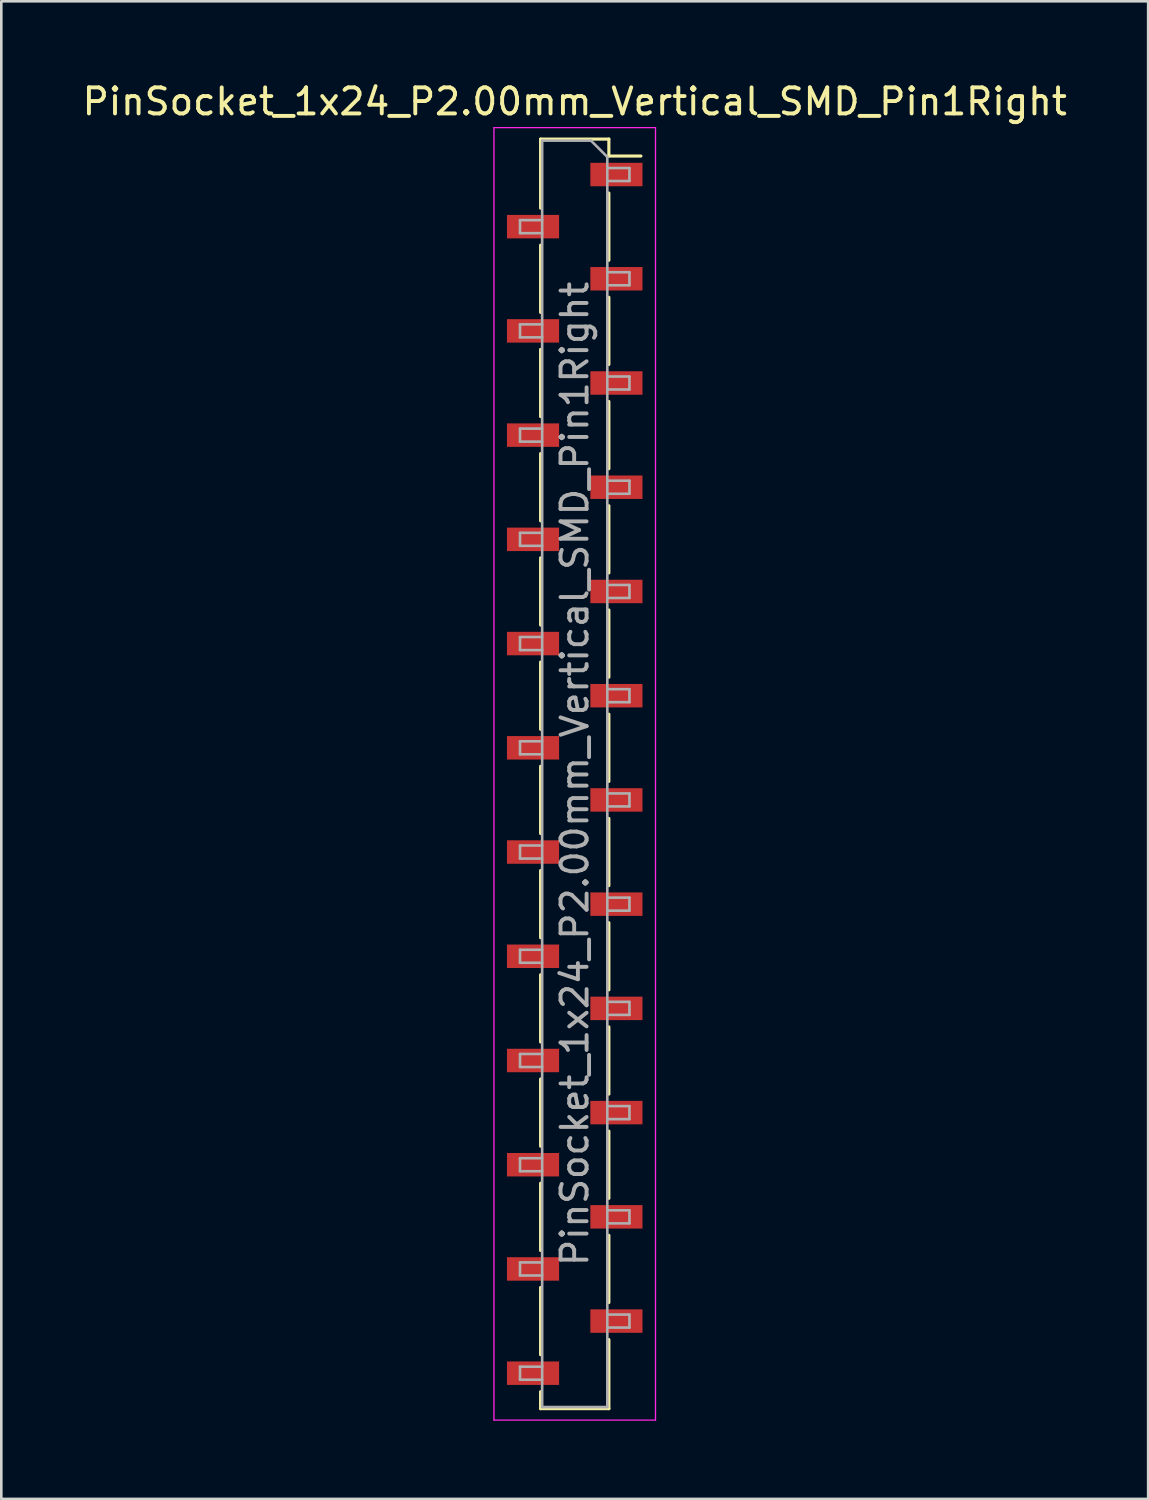
<source format=kicad_pcb>
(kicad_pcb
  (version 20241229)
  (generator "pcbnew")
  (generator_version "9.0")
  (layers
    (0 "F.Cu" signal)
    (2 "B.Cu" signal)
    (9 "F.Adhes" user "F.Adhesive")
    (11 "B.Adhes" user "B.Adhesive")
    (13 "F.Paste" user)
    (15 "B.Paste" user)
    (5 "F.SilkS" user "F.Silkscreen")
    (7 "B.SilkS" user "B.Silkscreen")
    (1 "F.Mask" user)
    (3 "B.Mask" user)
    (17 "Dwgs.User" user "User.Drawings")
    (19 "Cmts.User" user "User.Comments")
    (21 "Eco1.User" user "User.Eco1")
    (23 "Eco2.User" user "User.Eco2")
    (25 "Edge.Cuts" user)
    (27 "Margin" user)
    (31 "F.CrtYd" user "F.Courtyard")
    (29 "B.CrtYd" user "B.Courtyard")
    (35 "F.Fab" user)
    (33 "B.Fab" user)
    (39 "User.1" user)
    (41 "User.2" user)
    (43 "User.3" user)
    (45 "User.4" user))
  (footprint "PinSocket_1x24_P2.00mm_Vertical_SMD_Pin1Right"
    (layer "F.Cu")
    (at 19.006 26.648)
    (property "Reference" "PinSocket_1x24_P2.00mm_Vertical_SMD_Pin1Right" (at 0 -25.8 0) (layer "F.SilkS") (effects (font (size 1 1) (thickness 0.15))))
    (attr smd)
    (fp_line (start -1.31 -24.36) (end -1.31 -21.71) (stroke (width 0.12) (type solid)) (layer "F.SilkS"))
    (fp_line (start -1.31 -24.36) (end 1.31 -24.36) (stroke (width 0.12) (type solid)) (layer "F.SilkS"))
    (fp_line (start -1.31 -20.29) (end -1.31 -17.71) (stroke (width 0.12) (type solid)) (layer "F.SilkS"))
    (fp_line (start -1.31 -16.29) (end -1.31 -13.71) (stroke (width 0.12) (type solid)) (layer "F.SilkS"))
    (fp_line (start -1.31 -12.29) (end -1.31 -9.71) (stroke (width 0.12) (type solid)) (layer "F.SilkS"))
    (fp_line (start -1.31 -8.29) (end -1.31 -5.71) (stroke (width 0.12) (type solid)) (layer "F.SilkS"))
    (fp_line (start -1.31 -4.29) (end -1.31 -1.71) (stroke (width 0.12) (type solid)) (layer "F.SilkS"))
    (fp_line (start -1.31 -0.29) (end -1.31 2.29) (stroke (width 0.12) (type solid)) (layer "F.SilkS"))
    (fp_line (start -1.31 3.71) (end -1.31 6.29) (stroke (width 0.12) (type solid)) (layer "F.SilkS"))
    (fp_line (start -1.31 7.71) (end -1.31 10.29) (stroke (width 0.12) (type solid)) (layer "F.SilkS"))
    (fp_line (start -1.31 11.71) (end -1.31 14.29) (stroke (width 0.12) (type solid)) (layer "F.SilkS"))
    (fp_line (start -1.31 15.71) (end -1.31 18.29) (stroke (width 0.12) (type solid)) (layer "F.SilkS"))
    (fp_line (start -1.31 19.71) (end -1.31 22.29) (stroke (width 0.12) (type solid)) (layer "F.SilkS"))
    (fp_line (start -1.31 23.71) (end -1.31 24.36) (stroke (width 0.12) (type solid)) (layer "F.SilkS"))
    (fp_line (start -1.31 24.36) (end 1.31 24.36) (stroke (width 0.12) (type solid)) (layer "F.SilkS"))
    (fp_line (start 1.31 -24.36) (end 1.31 -23.71) (stroke (width 0.12) (type solid)) (layer "F.SilkS"))
    (fp_line (start 1.31 -23.71) (end 2.54 -23.71) (stroke (width 0.12) (type solid)) (layer "F.SilkS"))
    (fp_line (start 1.31 -22.29) (end 1.31 -19.71) (stroke (width 0.12) (type solid)) (layer "F.SilkS"))
    (fp_line (start 1.31 -18.29) (end 1.31 -15.71) (stroke (width 0.12) (type solid)) (layer "F.SilkS"))
    (fp_line (start 1.31 -14.29) (end 1.31 -11.71) (stroke (width 0.12) (type solid)) (layer "F.SilkS"))
    (fp_line (start 1.31 -10.29) (end 1.31 -7.71) (stroke (width 0.12) (type solid)) (layer "F.SilkS"))
    (fp_line (start 1.31 -6.29) (end 1.31 -3.71) (stroke (width 0.12) (type solid)) (layer "F.SilkS"))
    (fp_line (start 1.31 -2.29) (end 1.31 0.29) (stroke (width 0.12) (type solid)) (layer "F.SilkS"))
    (fp_line (start 1.31 1.71) (end 1.31 4.29) (stroke (width 0.12) (type solid)) (layer "F.SilkS"))
    (fp_line (start 1.31 5.71) (end 1.31 8.29) (stroke (width 0.12) (type solid)) (layer "F.SilkS"))
    (fp_line (start 1.31 9.71) (end 1.31 12.29) (stroke (width 0.12) (type solid)) (layer "F.SilkS"))
    (fp_line (start 1.31 13.71) (end 1.31 16.29) (stroke (width 0.12) (type solid)) (layer "F.SilkS"))
    (fp_line (start 1.31 17.71) (end 1.31 20.29) (stroke (width 0.12) (type solid)) (layer "F.SilkS"))
    (fp_line (start 1.31 21.71) (end 1.31 24.36) (stroke (width 0.12) (type solid)) (layer "F.SilkS"))
    (fp_line (start -3.1 -24.8) (end 3.1 -24.8) (stroke (width 0.05) (type solid)) (layer "F.CrtYd"))
    (fp_line (start -3.1 24.8) (end -3.1 -24.8) (stroke (width 0.05) (type solid)) (layer "F.CrtYd"))
    (fp_line (start 3.1 -24.8) (end 3.1 24.8) (stroke (width 0.05) (type solid)) (layer "F.CrtYd"))
    (fp_line (start 3.1 24.8) (end -3.1 24.8) (stroke (width 0.05) (type solid)) (layer "F.CrtYd"))
    (fp_line (start -2.1 -21.25) (end -1.25 -21.25) (stroke (width 0.1) (type solid)) (layer "F.Fab"))
    (fp_line (start -2.1 -20.75) (end -2.1 -21.25) (stroke (width 0.1) (type solid)) (layer "F.Fab"))
    (fp_line (start -2.1 -17.25) (end -1.25 -17.25) (stroke (width 0.1) (type solid)) (layer "F.Fab"))
    (fp_line (start -2.1 -16.75) (end -2.1 -17.25) (stroke (width 0.1) (type solid)) (layer "F.Fab"))
    (fp_line (start -2.1 -13.25) (end -1.25 -13.25) (stroke (width 0.1) (type solid)) (layer "F.Fab"))
    (fp_line (start -2.1 -12.75) (end -2.1 -13.25) (stroke (width 0.1) (type solid)) (layer "F.Fab"))
    (fp_line (start -2.1 -9.25) (end -1.25 -9.25) (stroke (width 0.1) (type solid)) (layer "F.Fab"))
    (fp_line (start -2.1 -8.75) (end -2.1 -9.25) (stroke (width 0.1) (type solid)) (layer "F.Fab"))
    (fp_line (start -2.1 -5.25) (end -1.25 -5.25) (stroke (width 0.1) (type solid)) (layer "F.Fab"))
    (fp_line (start -2.1 -4.75) (end -2.1 -5.25) (stroke (width 0.1) (type solid)) (layer "F.Fab"))
    (fp_line (start -2.1 -1.25) (end -1.25 -1.25) (stroke (width 0.1) (type solid)) (layer "F.Fab"))
    (fp_line (start -2.1 -0.75) (end -2.1 -1.25) (stroke (width 0.1) (type solid)) (layer "F.Fab"))
    (fp_line (start -2.1 2.75) (end -1.25 2.75) (stroke (width 0.1) (type solid)) (layer "F.Fab"))
    (fp_line (start -2.1 3.25) (end -2.1 2.75) (stroke (width 0.1) (type solid)) (layer "F.Fab"))
    (fp_line (start -2.1 6.75) (end -1.25 6.75) (stroke (width 0.1) (type solid)) (layer "F.Fab"))
    (fp_line (start -2.1 7.25) (end -2.1 6.75) (stroke (width 0.1) (type solid)) (layer "F.Fab"))
    (fp_line (start -2.1 10.75) (end -1.25 10.75) (stroke (width 0.1) (type solid)) (layer "F.Fab"))
    (fp_line (start -2.1 11.25) (end -2.1 10.75) (stroke (width 0.1) (type solid)) (layer "F.Fab"))
    (fp_line (start -2.1 14.75) (end -1.25 14.75) (stroke (width 0.1) (type solid)) (layer "F.Fab"))
    (fp_line (start -2.1 15.25) (end -2.1 14.75) (stroke (width 0.1) (type solid)) (layer "F.Fab"))
    (fp_line (start -2.1 18.75) (end -1.25 18.75) (stroke (width 0.1) (type solid)) (layer "F.Fab"))
    (fp_line (start -2.1 19.25) (end -2.1 18.75) (stroke (width 0.1) (type solid)) (layer "F.Fab"))
    (fp_line (start -2.1 22.75) (end -1.25 22.75) (stroke (width 0.1) (type solid)) (layer "F.Fab"))
    (fp_line (start -2.1 23.25) (end -2.1 22.75) (stroke (width 0.1) (type solid)) (layer "F.Fab"))
    (fp_line (start -1.25 -24.3) (end 0.625 -24.3) (stroke (width 0.1) (type solid)) (layer "F.Fab"))
    (fp_line (start -1.25 -20.75) (end -2.1 -20.75) (stroke (width 0.1) (type solid)) (layer "F.Fab"))
    (fp_line (start -1.25 -16.75) (end -2.1 -16.75) (stroke (width 0.1) (type solid)) (layer "F.Fab"))
    (fp_line (start -1.25 -12.75) (end -2.1 -12.75) (stroke (width 0.1) (type solid)) (layer "F.Fab"))
    (fp_line (start -1.25 -8.75) (end -2.1 -8.75) (stroke (width 0.1) (type solid)) (layer "F.Fab"))
    (fp_line (start -1.25 -4.75) (end -2.1 -4.75) (stroke (width 0.1) (type solid)) (layer "F.Fab"))
    (fp_line (start -1.25 -0.75) (end -2.1 -0.75) (stroke (width 0.1) (type solid)) (layer "F.Fab"))
    (fp_line (start -1.25 3.25) (end -2.1 3.25) (stroke (width 0.1) (type solid)) (layer "F.Fab"))
    (fp_line (start -1.25 7.25) (end -2.1 7.25) (stroke (width 0.1) (type solid)) (layer "F.Fab"))
    (fp_line (start -1.25 11.25) (end -2.1 11.25) (stroke (width 0.1) (type solid)) (layer "F.Fab"))
    (fp_line (start -1.25 15.25) (end -2.1 15.25) (stroke (width 0.1) (type solid)) (layer "F.Fab"))
    (fp_line (start -1.25 19.25) (end -2.1 19.25) (stroke (width 0.1) (type solid)) (layer "F.Fab"))
    (fp_line (start -1.25 23.25) (end -2.1 23.25) (stroke (width 0.1) (type solid)) (layer "F.Fab"))
    (fp_line (start -1.25 24.3) (end -1.25 -24.3) (stroke (width 0.1) (type solid)) (layer "F.Fab"))
    (fp_line (start 0.625 -24.3) (end 1.25 -23.675) (stroke (width 0.1) (type solid)) (layer "F.Fab"))
    (fp_line (start 1.25 -23.675) (end 1.25 24.3) (stroke (width 0.1) (type solid)) (layer "F.Fab"))
    (fp_line (start 1.25 -23.25) (end 2.1 -23.25) (stroke (width 0.1) (type solid)) (layer "F.Fab"))
    (fp_line (start 1.25 -19.25) (end 2.1 -19.25) (stroke (width 0.1) (type solid)) (layer "F.Fab"))
    (fp_line (start 1.25 -15.25) (end 2.1 -15.25) (stroke (width 0.1) (type solid)) (layer "F.Fab"))
    (fp_line (start 1.25 -11.25) (end 2.1 -11.25) (stroke (width 0.1) (type solid)) (layer "F.Fab"))
    (fp_line (start 1.25 -7.25) (end 2.1 -7.25) (stroke (width 0.1) (type solid)) (layer "F.Fab"))
    (fp_line (start 1.25 -3.25) (end 2.1 -3.25) (stroke (width 0.1) (type solid)) (layer "F.Fab"))
    (fp_line (start 1.25 0.75) (end 2.1 0.75) (stroke (width 0.1) (type solid)) (layer "F.Fab"))
    (fp_line (start 1.25 4.75) (end 2.1 4.75) (stroke (width 0.1) (type solid)) (layer "F.Fab"))
    (fp_line (start 1.25 8.75) (end 2.1 8.75) (stroke (width 0.1) (type solid)) (layer "F.Fab"))
    (fp_line (start 1.25 12.75) (end 2.1 12.75) (stroke (width 0.1) (type solid)) (layer "F.Fab"))
    (fp_line (start 1.25 16.75) (end 2.1 16.75) (stroke (width 0.1) (type solid)) (layer "F.Fab"))
    (fp_line (start 1.25 20.75) (end 2.1 20.75) (stroke (width 0.1) (type solid)) (layer "F.Fab"))
    (fp_line (start 1.25 24.3) (end -1.25 24.3) (stroke (width 0.1) (type solid)) (layer "F.Fab"))
    (fp_line (start 2.1 -23.25) (end 2.1 -22.75) (stroke (width 0.1) (type solid)) (layer "F.Fab"))
    (fp_line (start 2.1 -22.75) (end 1.25 -22.75) (stroke (width 0.1) (type solid)) (layer "F.Fab"))
    (fp_line (start 2.1 -19.25) (end 2.1 -18.75) (stroke (width 0.1) (type solid)) (layer "F.Fab"))
    (fp_line (start 2.1 -18.75) (end 1.25 -18.75) (stroke (width 0.1) (type solid)) (layer "F.Fab"))
    (fp_line (start 2.1 -15.25) (end 2.1 -14.75) (stroke (width 0.1) (type solid)) (layer "F.Fab"))
    (fp_line (start 2.1 -14.75) (end 1.25 -14.75) (stroke (width 0.1) (type solid)) (layer "F.Fab"))
    (fp_line (start 2.1 -11.25) (end 2.1 -10.75) (stroke (width 0.1) (type solid)) (layer "F.Fab"))
    (fp_line (start 2.1 -10.75) (end 1.25 -10.75) (stroke (width 0.1) (type solid)) (layer "F.Fab"))
    (fp_line (start 2.1 -7.25) (end 2.1 -6.75) (stroke (width 0.1) (type solid)) (layer "F.Fab"))
    (fp_line (start 2.1 -6.75) (end 1.25 -6.75) (stroke (width 0.1) (type solid)) (layer "F.Fab"))
    (fp_line (start 2.1 -3.25) (end 2.1 -2.75) (stroke (width 0.1) (type solid)) (layer "F.Fab"))
    (fp_line (start 2.1 -2.75) (end 1.25 -2.75) (stroke (width 0.1) (type solid)) (layer "F.Fab"))
    (fp_line (start 2.1 0.75) (end 2.1 1.25) (stroke (width 0.1) (type solid)) (layer "F.Fab"))
    (fp_line (start 2.1 1.25) (end 1.25 1.25) (stroke (width 0.1) (type solid)) (layer "F.Fab"))
    (fp_line (start 2.1 4.75) (end 2.1 5.25) (stroke (width 0.1) (type solid)) (layer "F.Fab"))
    (fp_line (start 2.1 5.25) (end 1.25 5.25) (stroke (width 0.1) (type solid)) (layer "F.Fab"))
    (fp_line (start 2.1 8.75) (end 2.1 9.25) (stroke (width 0.1) (type solid)) (layer "F.Fab"))
    (fp_line (start 2.1 9.25) (end 1.25 9.25) (stroke (width 0.1) (type solid)) (layer "F.Fab"))
    (fp_line (start 2.1 12.75) (end 2.1 13.25) (stroke (width 0.1) (type solid)) (layer "F.Fab"))
    (fp_line (start 2.1 13.25) (end 1.25 13.25) (stroke (width 0.1) (type solid)) (layer "F.Fab"))
    (fp_line (start 2.1 16.75) (end 2.1 17.25) (stroke (width 0.1) (type solid)) (layer "F.Fab"))
    (fp_line (start 2.1 17.25) (end 1.25 17.25) (stroke (width 0.1) (type solid)) (layer "F.Fab"))
    (fp_line (start 2.1 20.75) (end 2.1 21.25) (stroke (width 0.1) (type solid)) (layer "F.Fab"))
    (fp_line (start 2.1 21.25) (end 1.25 21.25) (stroke (width 0.1) (type solid)) (layer "F.Fab"))
    (fp_text user "${REFERENCE}" (at 0 0 90) (layer "F.Fab") (effects (font (size 1 1) (thickness 0.15))))
    (pad "1" smd rect (at 1.6 -23) (size 2 0.9) (layers "F.Cu" "F.Mask" "F.Paste"))
    (pad "2" smd rect (at -1.6 -21) (size 2 0.9) (layers "F.Cu" "F.Mask" "F.Paste"))
    (pad "3" smd rect (at 1.6 -19) (size 2 0.9) (layers "F.Cu" "F.Mask" "F.Paste"))
    (pad "4" smd rect (at -1.6 -17) (size 2 0.9) (layers "F.Cu" "F.Mask" "F.Paste"))
    (pad "5" smd rect (at 1.6 -15) (size 2 0.9) (layers "F.Cu" "F.Mask" "F.Paste"))
    (pad "6" smd rect (at -1.6 -13) (size 2 0.9) (layers "F.Cu" "F.Mask" "F.Paste"))
    (pad "7" smd rect (at 1.6 -11) (size 2 0.9) (layers "F.Cu" "F.Mask" "F.Paste"))
    (pad "8" smd rect (at -1.6 -9) (size 2 0.9) (layers "F.Cu" "F.Mask" "F.Paste"))
    (pad "9" smd rect (at 1.6 -7) (size 2 0.9) (layers "F.Cu" "F.Mask" "F.Paste"))
    (pad "10" smd rect (at -1.6 -5) (size 2 0.9) (layers "F.Cu" "F.Mask" "F.Paste"))
    (pad "11" smd rect (at 1.6 -3) (size 2 0.9) (layers "F.Cu" "F.Mask" "F.Paste"))
    (pad "12" smd rect (at -1.6 -1) (size 2 0.9) (layers "F.Cu" "F.Mask" "F.Paste"))
    (pad "13" smd rect (at 1.6 1) (size 2 0.9) (layers "F.Cu" "F.Mask" "F.Paste"))
    (pad "14" smd rect (at -1.6 3) (size 2 0.9) (layers "F.Cu" "F.Mask" "F.Paste"))
    (pad "15" smd rect (at 1.6 5) (size 2 0.9) (layers "F.Cu" "F.Mask" "F.Paste"))
    (pad "16" smd rect (at -1.6 7) (size 2 0.9) (layers "F.Cu" "F.Mask" "F.Paste"))
    (pad "17" smd rect (at 1.6 9) (size 2 0.9) (layers "F.Cu" "F.Mask" "F.Paste"))
    (pad "18" smd rect (at -1.6 11) (size 2 0.9) (layers "F.Cu" "F.Mask" "F.Paste"))
    (pad "19" smd rect (at 1.6 13) (size 2 0.9) (layers "F.Cu" "F.Mask" "F.Paste"))
    (pad "20" smd rect (at -1.6 15) (size 2 0.9) (layers "F.Cu" "F.Mask" "F.Paste"))
    (pad "21" smd rect (at 1.6 17) (size 2 0.9) (layers "F.Cu" "F.Mask" "F.Paste"))
    (pad "22" smd rect (at -1.6 19) (size 2 0.9) (layers "F.Cu" "F.Mask" "F.Paste"))
    (pad "23" smd rect (at 1.6 21) (size 2 0.9) (layers "F.Cu" "F.Mask" "F.Paste"))
    (pad "24" smd rect (at -1.6 23) (size 2 0.9) (layers "F.Cu" "F.Mask" "F.Paste")))
  (gr_rect
    (start -3 -3)
    (end 41.012 54.473)
    (stroke (width 0.1) (type default))
    (fill no)
    (layer "Edge.Cuts")))
</source>
